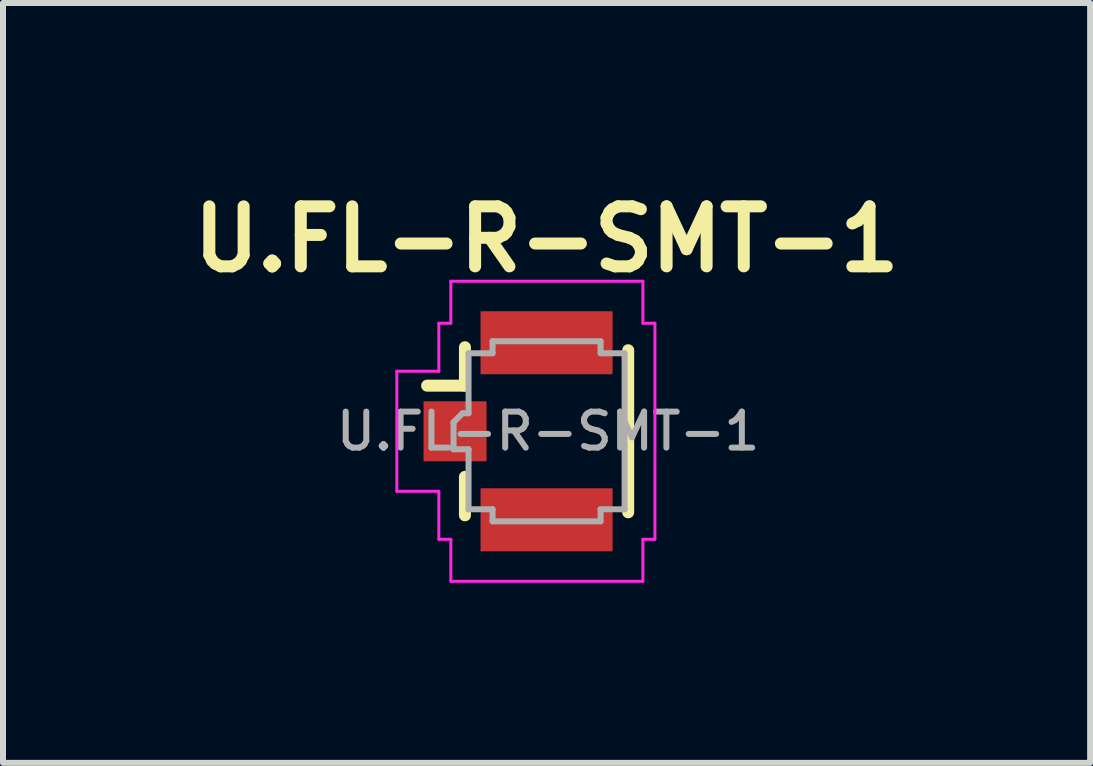
<source format=kicad_pcb>
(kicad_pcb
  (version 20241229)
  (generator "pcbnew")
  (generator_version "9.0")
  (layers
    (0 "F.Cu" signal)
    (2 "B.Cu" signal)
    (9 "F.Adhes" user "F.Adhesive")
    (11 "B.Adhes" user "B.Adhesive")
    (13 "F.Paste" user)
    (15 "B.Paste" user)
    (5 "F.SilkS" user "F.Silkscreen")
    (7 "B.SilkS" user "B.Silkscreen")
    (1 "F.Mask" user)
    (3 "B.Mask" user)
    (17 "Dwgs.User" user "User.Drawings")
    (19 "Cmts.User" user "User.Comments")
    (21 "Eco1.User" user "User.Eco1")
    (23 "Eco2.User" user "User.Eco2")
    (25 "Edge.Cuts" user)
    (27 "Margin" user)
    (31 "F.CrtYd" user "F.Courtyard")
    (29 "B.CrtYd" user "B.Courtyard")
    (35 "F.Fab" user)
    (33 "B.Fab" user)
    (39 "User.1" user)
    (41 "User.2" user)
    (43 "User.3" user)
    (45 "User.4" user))
  (footprint "U.FL-R-SMT-1"
    (layer "F.Cu")
    (at 5.582 4.136)
    (property "Reference" "U.FL-R-SMT-1" (at 0.475 -3.2 0) (layer "F.SilkS") (effects (font (size 1 1) (thickness 0.2))))
    (attr smd)
    (fp_line (start -0.885 -1.4) (end -0.885 -0.76) (stroke (width 0.2) (type solid)) (layer "F.SilkS"))
    (fp_line (start -0.885 -0.76) (end -1.515 -0.76) (stroke (width 0.2) (type solid)) (layer "F.SilkS"))
    (fp_line (start -0.885 1.4) (end -0.885 0.76) (stroke (width 0.2) (type solid)) (layer "F.SilkS"))
    (fp_line (start 1.835 -1.35) (end 1.835 1.35) (stroke (width 0.2) (type solid)) (layer "F.SilkS"))
    (fp_line (start -2.02 1) (end -2.02 -1) (stroke (width 0.05) (type solid)) (layer "F.CrtYd"))
    (fp_line (start -1.32 -1.8) (end -1.12 -1.8) (stroke (width 0.05) (type solid)) (layer "F.CrtYd"))
    (fp_line (start -1.32 -1) (end -2.02 -1) (stroke (width 0.05) (type solid)) (layer "F.CrtYd"))
    (fp_line (start -1.32 -1) (end -1.32 -1.8) (stroke (width 0.05) (type solid)) (layer "F.CrtYd"))
    (fp_line (start -1.32 1) (end -2.02 1) (stroke (width 0.05) (type solid)) (layer "F.CrtYd"))
    (fp_line (start -1.32 1.8) (end -1.32 1) (stroke (width 0.05) (type solid)) (layer "F.CrtYd"))
    (fp_line (start -1.32 1.8) (end -1.12 1.8) (stroke (width 0.05) (type solid)) (layer "F.CrtYd"))
    (fp_line (start -1.12 -1.8) (end -1.12 -2.5) (stroke (width 0.05) (type solid)) (layer "F.CrtYd"))
    (fp_line (start -1.12 2.5) (end -1.12 1.8) (stroke (width 0.05) (type solid)) (layer "F.CrtYd"))
    (fp_line (start 2.08 -2.5) (end -1.12 -2.5) (stroke (width 0.05) (type solid)) (layer "F.CrtYd"))
    (fp_line (start 2.08 -1.8) (end 2.08 -2.5) (stroke (width 0.05) (type solid)) (layer "F.CrtYd"))
    (fp_line (start 2.08 -1.8) (end 2.28 -1.8) (stroke (width 0.05) (type solid)) (layer "F.CrtYd"))
    (fp_line (start 2.08 1.8) (end 2.28 1.8) (stroke (width 0.05) (type solid)) (layer "F.CrtYd"))
    (fp_line (start 2.08 2.5) (end -1.12 2.5) (stroke (width 0.05) (type solid)) (layer "F.CrtYd"))
    (fp_line (start 2.08 2.5) (end 2.08 1.8) (stroke (width 0.05) (type solid)) (layer "F.CrtYd"))
    (fp_line (start 2.28 1.8) (end 2.28 -1.8) (stroke (width 0.05) (type solid)) (layer "F.CrtYd"))
    (fp_line (start -1.075 0.3) (end -1.075 -0.15) (stroke (width 0.1) (type solid)) (layer "F.Fab"))
    (fp_line (start -1.075 0.3) (end -0.825 0.3) (stroke (width 0.1) (type solid)) (layer "F.Fab"))
    (fp_line (start -0.925 -0.3) (end -1.075 -0.15) (stroke (width 0.1) (type solid)) (layer "F.Fab"))
    (fp_line (start -0.925 -0.3) (end -0.825 -0.3) (stroke (width 0.1) (type solid)) (layer "F.Fab"))
    (fp_line (start -0.825 -0.3) (end -0.825 -1.3) (stroke (width 0.1) (type solid)) (layer "F.Fab"))
    (fp_line (start -0.825 0.3) (end -0.825 1.3) (stroke (width 0.1) (type solid)) (layer "F.Fab"))
    (fp_line (start -0.425 -1.5) (end -0.425 -1.3) (stroke (width 0.1) (type solid)) (layer "F.Fab"))
    (fp_line (start -0.425 -1.5) (end 1.375 -1.5) (stroke (width 0.1) (type solid)) (layer "F.Fab"))
    (fp_line (start -0.425 -1.3) (end -0.825 -1.3) (stroke (width 0.1) (type solid)) (layer "F.Fab"))
    (fp_line (start -0.425 1.3) (end -0.825 1.3) (stroke (width 0.1) (type solid)) (layer "F.Fab"))
    (fp_line (start -0.425 1.5) (end -0.425 1.3) (stroke (width 0.1) (type solid)) (layer "F.Fab"))
    (fp_line (start -0.425 1.5) (end 1.375 1.5) (stroke (width 0.1) (type solid)) (layer "F.Fab"))
    (fp_line (start 1.375 -1.5) (end 1.375 -1.3) (stroke (width 0.1) (type solid)) (layer "F.Fab"))
    (fp_line (start 1.375 1.5) (end 1.375 1.3) (stroke (width 0.1) (type solid)) (layer "F.Fab"))
    (fp_line (start 1.775 -1.3) (end 1.375 -1.3) (stroke (width 0.1) (type solid)) (layer "F.Fab"))
    (fp_line (start 1.775 -1.3) (end 1.775 1.3) (stroke (width 0.1) (type solid)) (layer "F.Fab"))
    (fp_line (start 1.775 1.3) (end 1.375 1.3) (stroke (width 0.1) (type solid)) (layer "F.Fab"))
    (fp_text user "${REFERENCE}" (at 0.5 0 0) (layer "F.Fab") (effects (font (size 0.6 0.6) (thickness 0.1))))
    (pad "1" smd rect (at -1.05 0) (size 1.05 1) (layers "F.Cu" "F.Mask" "F.Paste"))
    (pad "2" smd rect (at 0.475 -1.475) (size 2.2 1.05) (layers "F.Cu" "F.Mask" "F.Paste"))
    (pad "2" smd rect (at 0.475 1.475) (size 2.2 1.05) (layers "F.Cu" "F.Mask" "F.Paste")))
  (gr_rect
    (start -3 -3)
    (end 15.114 9.661)
    (stroke (width 0.1) (type default))
    (fill no)
    (layer "Edge.Cuts")))
</source>
